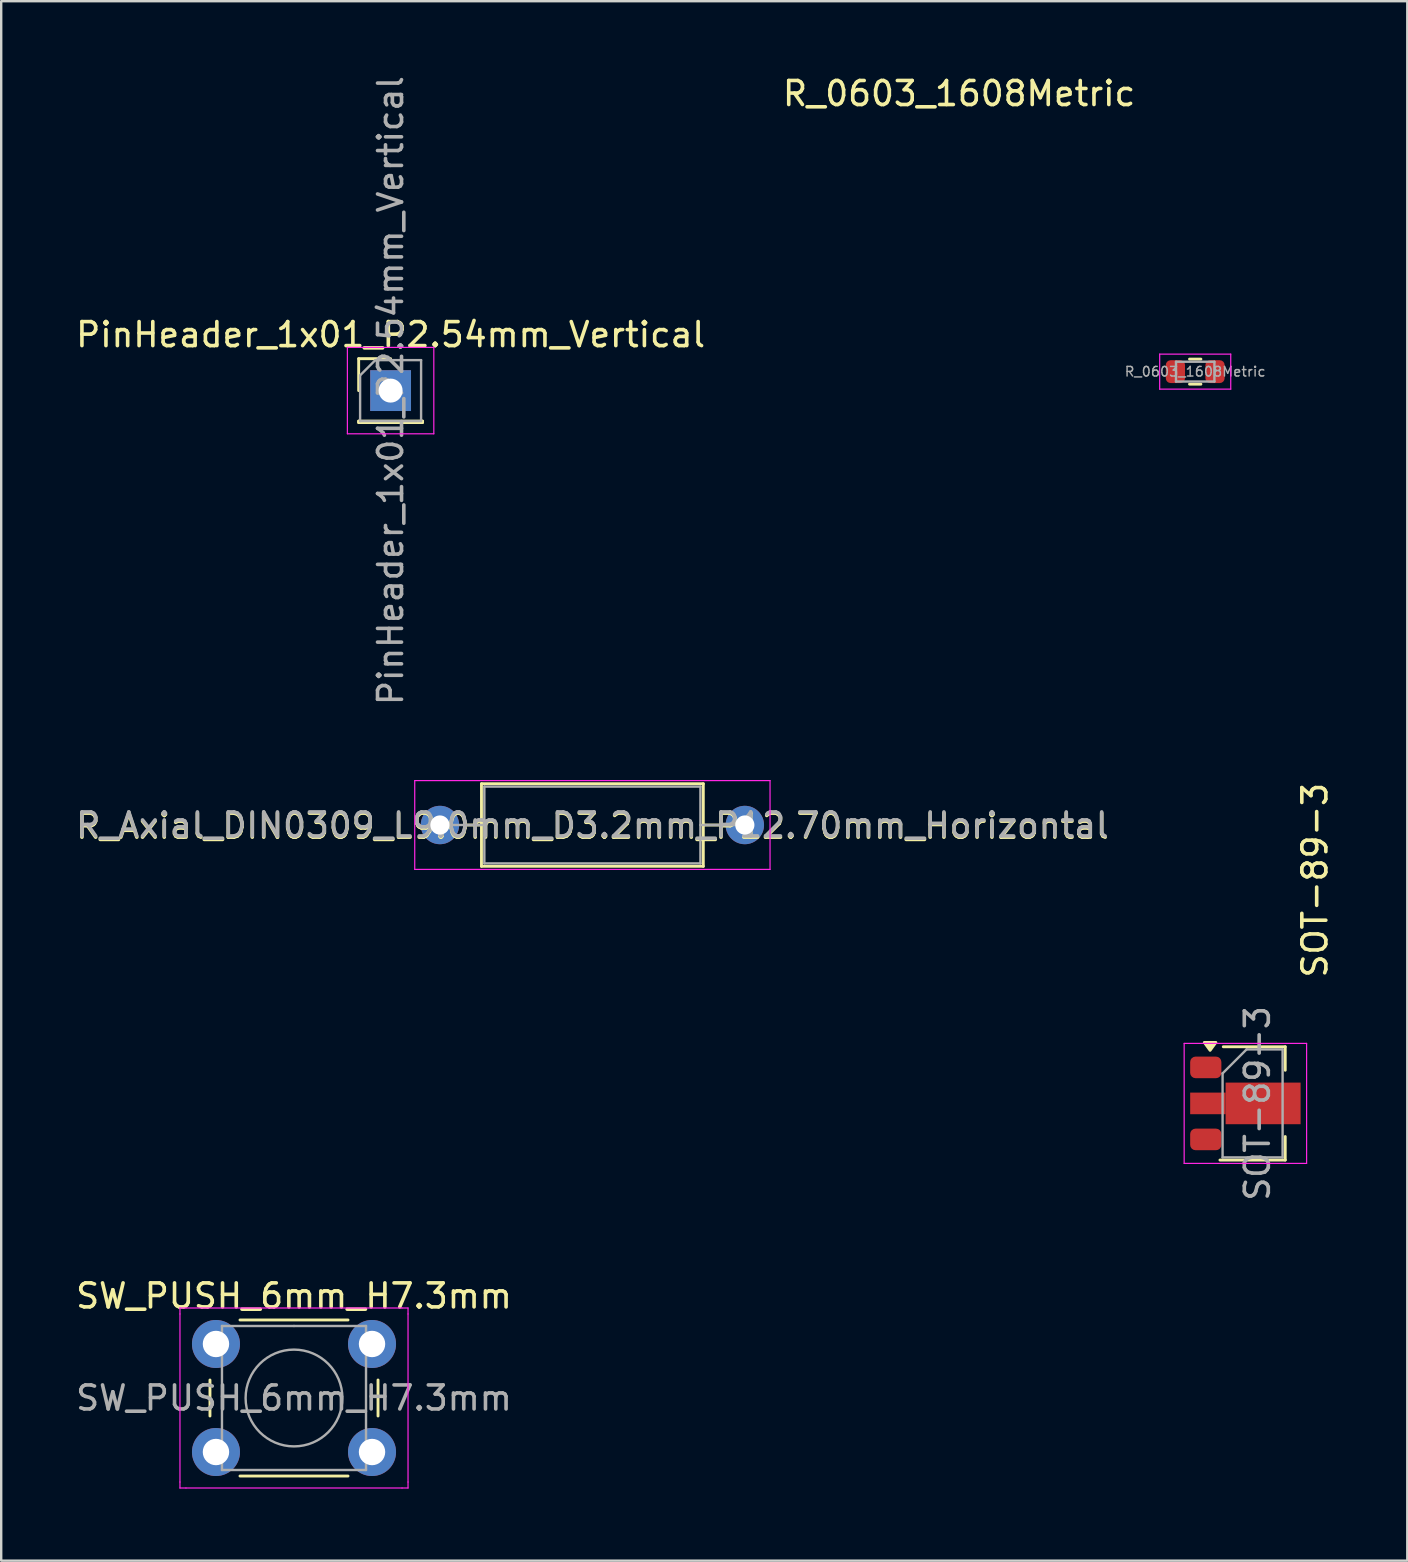
<source format=kicad_pcb>
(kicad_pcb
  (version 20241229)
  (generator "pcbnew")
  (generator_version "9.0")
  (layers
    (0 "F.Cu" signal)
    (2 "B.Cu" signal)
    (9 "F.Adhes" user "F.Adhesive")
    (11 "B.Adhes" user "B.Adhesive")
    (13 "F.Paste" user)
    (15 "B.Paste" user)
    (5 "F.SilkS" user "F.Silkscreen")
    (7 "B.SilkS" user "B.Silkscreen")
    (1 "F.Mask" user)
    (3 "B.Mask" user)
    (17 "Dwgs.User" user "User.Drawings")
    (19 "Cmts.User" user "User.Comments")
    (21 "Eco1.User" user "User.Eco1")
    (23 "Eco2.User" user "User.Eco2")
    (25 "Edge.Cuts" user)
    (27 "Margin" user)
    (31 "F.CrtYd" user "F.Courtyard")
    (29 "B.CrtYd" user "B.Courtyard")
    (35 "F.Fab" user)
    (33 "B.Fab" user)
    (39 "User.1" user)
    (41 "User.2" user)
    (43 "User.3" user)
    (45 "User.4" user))
  (footprint "SOT-89-3"
    (layer "F.Cu")
    (at 49.125 42.911)
    (property "Reference" "SOT-89-3" (at 2.596 -9.298 270) (layer "F.SilkS") (effects (font (size 1 1) (thickness 0.15))))
    (attr smd)
    (fp_line (start -1.22 -2.36) (end 1.36 -2.36) (stroke (width 0.12) (type solid)) (layer "F.SilkS"))
    (fp_line (start 1.36 -1.38) (end 1.36 -2.36) (stroke (width 0.12) (type solid)) (layer "F.SilkS"))
    (fp_line (start 1.36 1.38) (end 1.36 2.36) (stroke (width 0.12) (type solid)) (layer "F.SilkS"))
    (fp_line (start 1.36 2.36) (end -1.36 2.36) (stroke (width 0.12) (type solid)) (layer "F.SilkS"))
    (fp_poly (pts (xy -1.77 -2.21) (xy -2.01 -2.54) (xy -1.53 -2.54) (xy -1.77 -2.21)) (stroke (width 0.12) (type solid)) (fill yes) (layer "F.SilkS"))
    (fp_line (start -2.85 2.5) (end -2.85 -2.5) (stroke (width 0.05) (type solid)) (layer "F.CrtYd"))
    (fp_line (start -2.85 2.5) (end 2.25 2.5) (stroke (width 0.05) (type solid)) (layer "F.CrtYd"))
    (fp_line (start 2.25 -2.5) (end -2.85 -2.5) (stroke (width 0.05) (type solid)) (layer "F.CrtYd"))
    (fp_line (start 2.25 -2.5) (end 2.25 2.5) (stroke (width 0.05) (type solid)) (layer "F.CrtYd"))
    (fp_line (start -1.25 -1.25) (end -0.25 -2.25) (stroke (width 0.1) (type solid)) (layer "F.Fab"))
    (fp_line (start -1.25 2.25) (end -1.25 -1.25) (stroke (width 0.1) (type solid)) (layer "F.Fab"))
    (fp_line (start -0.25 -2.25) (end 1.25 -2.25) (stroke (width 0.1) (type solid)) (layer "F.Fab"))
    (fp_line (start 1.25 -2.25) (end 1.25 2.25) (stroke (width 0.1) (type solid)) (layer "F.Fab"))
    (fp_line (start 1.25 2.25) (end -1.25 2.25) (stroke (width 0.1) (type solid)) (layer "F.Fab"))
    (fp_text user "${REFERENCE}" (at 0.2 0 270) (layer "F.Fab") (effects (font (size 1 1) (thickness 0.15))))
    (pad "1" smd roundrect (at -1.95 -1.5) (size 1.3 0.9) (layers "F.Cu" "F.Mask" "F.Paste") (roundrect_rratio 0.25))
    (pad "2" smd custom (at -1.862 0) (size 1.475 0.9) (layers "F.Cu" "F.Mask" "F.Paste") (options (anchor rect)) (primitives (gr_poly (pts (xy 3.862 0.867) (xy 0.738 0.867) (xy 0.738 -0.867) (xy 3.862 -0.867)) (width 0) (fill yes))))
    (pad "3" smd roundrect (at -1.95 1.5) (size 1.3 0.9) (layers "F.Cu" "F.Mask" "F.Paste") (roundrect_rratio 0.25)))
  (footprint "R_Axial_DIN0309_L9.0mm_D3.2mm_P12.70mm_Horizontal"
    (layer "F.Cu")
    (at 15.275 31.315)
    (property "Reference" "R_Axial_DIN0309_L9.0mm_D3.2mm_P12.70mm_Horizontal" (at 6.35 0.05 180) (layer "F.SilkS") (effects (font (size 1 1) (thickness 0.15))))
    (attr through_hole)
    (fp_line (start 1.04 0) (end 1.73 0) (stroke (width 0.12) (type solid)) (layer "F.SilkS"))
    (fp_line (start 1.73 -1.72) (end 1.73 1.72) (stroke (width 0.12) (type solid)) (layer "F.SilkS"))
    (fp_line (start 1.73 1.72) (end 10.97 1.72) (stroke (width 0.12) (type solid)) (layer "F.SilkS"))
    (fp_line (start 10.97 -1.72) (end 1.73 -1.72) (stroke (width 0.12) (type solid)) (layer "F.SilkS"))
    (fp_line (start 10.97 1.72) (end 10.97 -1.72) (stroke (width 0.12) (type solid)) (layer "F.SilkS"))
    (fp_line (start 11.66 0) (end 10.97 0) (stroke (width 0.12) (type solid)) (layer "F.SilkS"))
    (fp_line (start -1.05 -1.85) (end -1.05 1.85) (stroke (width 0.05) (type solid)) (layer "F.CrtYd"))
    (fp_line (start -1.05 1.85) (end 13.75 1.85) (stroke (width 0.05) (type solid)) (layer "F.CrtYd"))
    (fp_line (start 13.75 -1.85) (end -1.05 -1.85) (stroke (width 0.05) (type solid)) (layer "F.CrtYd"))
    (fp_line (start 13.75 1.85) (end 13.75 -1.85) (stroke (width 0.05) (type solid)) (layer "F.CrtYd"))
    (fp_line (start 0 0) (end 1.85 0) (stroke (width 0.1) (type solid)) (layer "F.Fab"))
    (fp_line (start 1.85 -1.6) (end 1.85 1.6) (stroke (width 0.1) (type solid)) (layer "F.Fab"))
    (fp_line (start 1.85 1.6) (end 10.85 1.6) (stroke (width 0.1) (type solid)) (layer "F.Fab"))
    (fp_line (start 10.85 -1.6) (end 1.85 -1.6) (stroke (width 0.1) (type solid)) (layer "F.Fab"))
    (fp_line (start 10.85 1.6) (end 10.85 -1.6) (stroke (width 0.1) (type solid)) (layer "F.Fab"))
    (fp_line (start 12.7 0) (end 10.85 0) (stroke (width 0.1) (type solid)) (layer "F.Fab"))
    (fp_text user "${REFERENCE}" (at 6.35 0 180) (layer "F.Fab") (effects (font (size 1 1) (thickness 0.15))))
    (pad "1" thru_hole circle (at 0 0) (size 1.6 1.6) (drill 0.8) (layers "*.Cu" "*.Mask"))
    (pad "2" thru_hole oval (at 12.7 0) (size 1.6 1.6) (drill 0.8) (layers "*.Cu" "*.Mask")))
  (footprint "R_0603_1608Metric"
    (layer "F.Cu")
    (at 46.735 12.43)
    (property "Reference" "R_0603_1608Metric" (at -9.836 -11.582 0) (layer "F.SilkS") (effects (font (size 1 1) (thickness 0.15))))
    (attr smd)
    (fp_line (start -0.237 -0.522) (end 0.237 -0.522) (stroke (width 0.12) (type solid)) (layer "F.SilkS"))
    (fp_line (start -0.237 0.522) (end 0.237 0.522) (stroke (width 0.12) (type solid)) (layer "F.SilkS"))
    (fp_line (start -1.48 -0.73) (end 1.48 -0.73) (stroke (width 0.05) (type solid)) (layer "F.CrtYd"))
    (fp_line (start -1.48 0.73) (end -1.48 -0.73) (stroke (width 0.05) (type solid)) (layer "F.CrtYd"))
    (fp_line (start 1.48 -0.73) (end 1.48 0.73) (stroke (width 0.05) (type solid)) (layer "F.CrtYd"))
    (fp_line (start 1.48 0.73) (end -1.48 0.73) (stroke (width 0.05) (type solid)) (layer "F.CrtYd"))
    (fp_line (start -0.8 -0.412) (end 0.8 -0.412) (stroke (width 0.1) (type solid)) (layer "F.Fab"))
    (fp_line (start -0.8 0.412) (end -0.8 -0.412) (stroke (width 0.1) (type solid)) (layer "F.Fab"))
    (fp_line (start 0.8 -0.412) (end 0.8 0.412) (stroke (width 0.1) (type solid)) (layer "F.Fab"))
    (fp_line (start 0.8 0.412) (end -0.8 0.412) (stroke (width 0.1) (type solid)) (layer "F.Fab"))
    (fp_text user "${REFERENCE}" (at 0 0 0) (layer "F.Fab") (effects (font (size 0.4 0.4) (thickness 0.06))))
    (pad "1" smd roundrect (at -0.825 0) (size 0.8 0.95) (layers "F.Cu" "F.Mask" "F.Paste") (roundrect_rratio 0.25))
    (pad "2" smd roundrect (at 0.825 0) (size 0.8 0.95) (layers "F.Cu" "F.Mask" "F.Paste") (roundrect_rratio 0.25)))
  (footprint "PinHeader_1x01_P2.54mm_Vertical"
    (layer "F.Cu")
    (at 13.22 13.22)
    (property "Reference" "PinHeader_1x01_P2.54mm_Vertical" (at 0 -2.33 180) (layer "F.SilkS") (effects (font (size 1 1) (thickness 0.15))))
    (attr through_hole)
    (fp_line (start -1.33 -1.33) (end 0 -1.33) (stroke (width 0.12) (type solid)) (layer "F.SilkS"))
    (fp_line (start -1.33 0) (end -1.33 -1.33) (stroke (width 0.12) (type solid)) (layer "F.SilkS"))
    (fp_line (start -1.33 1.27) (end -1.33 1.33) (stroke (width 0.12) (type solid)) (layer "F.SilkS"))
    (fp_line (start -1.33 1.27) (end 1.33 1.27) (stroke (width 0.12) (type solid)) (layer "F.SilkS"))
    (fp_line (start -1.33 1.33) (end 1.33 1.33) (stroke (width 0.12) (type solid)) (layer "F.SilkS"))
    (fp_line (start 1.33 1.27) (end 1.33 1.33) (stroke (width 0.12) (type solid)) (layer "F.SilkS"))
    (fp_line (start -1.8 -1.8) (end -1.8 1.8) (stroke (width 0.05) (type solid)) (layer "F.CrtYd"))
    (fp_line (start -1.8 1.8) (end 1.8 1.8) (stroke (width 0.05) (type solid)) (layer "F.CrtYd"))
    (fp_line (start 1.8 -1.8) (end -1.8 -1.8) (stroke (width 0.05) (type solid)) (layer "F.CrtYd"))
    (fp_line (start 1.8 1.8) (end 1.8 -1.8) (stroke (width 0.05) (type solid)) (layer "F.CrtYd"))
    (fp_line (start -1.27 -0.635) (end -0.635 -1.27) (stroke (width 0.1) (type solid)) (layer "F.Fab"))
    (fp_line (start -1.27 1.27) (end -1.27 -0.635) (stroke (width 0.1) (type solid)) (layer "F.Fab"))
    (fp_line (start -0.635 -1.27) (end 1.27 -1.27) (stroke (width 0.1) (type solid)) (layer "F.Fab"))
    (fp_line (start 1.27 -1.27) (end 1.27 1.27) (stroke (width 0.1) (type solid)) (layer "F.Fab"))
    (fp_line (start 1.27 1.27) (end -1.27 1.27) (stroke (width 0.1) (type solid)) (layer "F.Fab"))
    (fp_text user "${REFERENCE}" (at 0 0 270) (layer "F.Fab") (effects (font (size 1 1) (thickness 0.15))))
    (pad "1" thru_hole rect (at 0 0 180) (size 1.7 1.7) (drill 1) (layers "*.Cu" "*.Mask")))
  (footprint "SW_PUSH_6mm_H7.3mm"
    (layer "F.Cu")
    (at 5.946 52.932)
    (property "Reference" "SW_PUSH_6mm_H7.3mm" (at 3.25 -2 0) (layer "F.SilkS") (effects (font (size 1 1) (thickness 0.15))))
    (attr through_hole)
    (fp_line (start -0.25 1.5) (end -0.25 3) (stroke (width 0.12) (type solid)) (layer "F.SilkS"))
    (fp_line (start 1 5.5) (end 5.5 5.5) (stroke (width 0.12) (type solid)) (layer "F.SilkS"))
    (fp_line (start 5.5 -1) (end 1 -1) (stroke (width 0.12) (type solid)) (layer "F.SilkS"))
    (fp_line (start 6.75 3) (end 6.75 1.5) (stroke (width 0.12) (type solid)) (layer "F.SilkS"))
    (fp_line (start -1.5 -1.5) (end -1.25 -1.5) (stroke (width 0.05) (type solid)) (layer "F.CrtYd"))
    (fp_line (start -1.5 -1.25) (end -1.5 -1.5) (stroke (width 0.05) (type solid)) (layer "F.CrtYd"))
    (fp_line (start -1.5 5.75) (end -1.5 -1.25) (stroke (width 0.05) (type solid)) (layer "F.CrtYd"))
    (fp_line (start -1.5 5.75) (end -1.5 6) (stroke (width 0.05) (type solid)) (layer "F.CrtYd"))
    (fp_line (start -1.5 6) (end -1.25 6) (stroke (width 0.05) (type solid)) (layer "F.CrtYd"))
    (fp_line (start -1.25 -1.5) (end 7.75 -1.5) (stroke (width 0.05) (type solid)) (layer "F.CrtYd"))
    (fp_line (start 7.75 -1.5) (end 8 -1.5) (stroke (width 0.05) (type solid)) (layer "F.CrtYd"))
    (fp_line (start 7.75 6) (end -1.25 6) (stroke (width 0.05) (type solid)) (layer "F.CrtYd"))
    (fp_line (start 7.75 6) (end 8 6) (stroke (width 0.05) (type solid)) (layer "F.CrtYd"))
    (fp_line (start 8 -1.5) (end 8 -1.25) (stroke (width 0.05) (type solid)) (layer "F.CrtYd"))
    (fp_line (start 8 -1.25) (end 8 5.75) (stroke (width 0.05) (type solid)) (layer "F.CrtYd"))
    (fp_line (start 8 6) (end 8 5.75) (stroke (width 0.05) (type solid)) (layer "F.CrtYd"))
    (fp_line (start 0.25 -0.75) (end 3.25 -0.75) (stroke (width 0.1) (type solid)) (layer "F.Fab"))
    (fp_line (start 0.25 5.25) (end 0.25 -0.75) (stroke (width 0.1) (type solid)) (layer "F.Fab"))
    (fp_line (start 3.25 -0.75) (end 6.25 -0.75) (stroke (width 0.1) (type solid)) (layer "F.Fab"))
    (fp_line (start 6.25 -0.75) (end 6.25 5.25) (stroke (width 0.1) (type solid)) (layer "F.Fab"))
    (fp_line (start 6.25 5.25) (end 0.25 5.25) (stroke (width 0.1) (type solid)) (layer "F.Fab"))
    (fp_circle (center 3.25 2.25) (end 1.25 2.5) (stroke (width 0.1) (type solid)) (fill no) (layer "F.Fab"))
    (fp_text user "${REFERENCE}" (at 3.25 2.25 0) (layer "F.Fab") (effects (font (size 1 1) (thickness 0.15))))
    (pad "1" thru_hole circle (at 0 0 90) (size 2 2) (drill 1.1) (layers "*.Cu" "*.Mask"))
    (pad "1" thru_hole circle (at 6.5 0 90) (size 2 2) (drill 1.1) (layers "*.Cu" "*.Mask"))
    (pad "2" thru_hole circle (at 0 4.5 90) (size 2 2) (drill 1.1) (layers "*.Cu" "*.Mask"))
    (pad "2" thru_hole circle (at 6.5 4.5 90) (size 2 2) (drill 1.1) (layers "*.Cu" "*.Mask")))
  (gr_rect
    (start -3 -3)
    (end 55.569 61.957)
    (stroke (width 0.1) (type default))
    (fill no)
    (layer "Edge.Cuts")))
</source>
